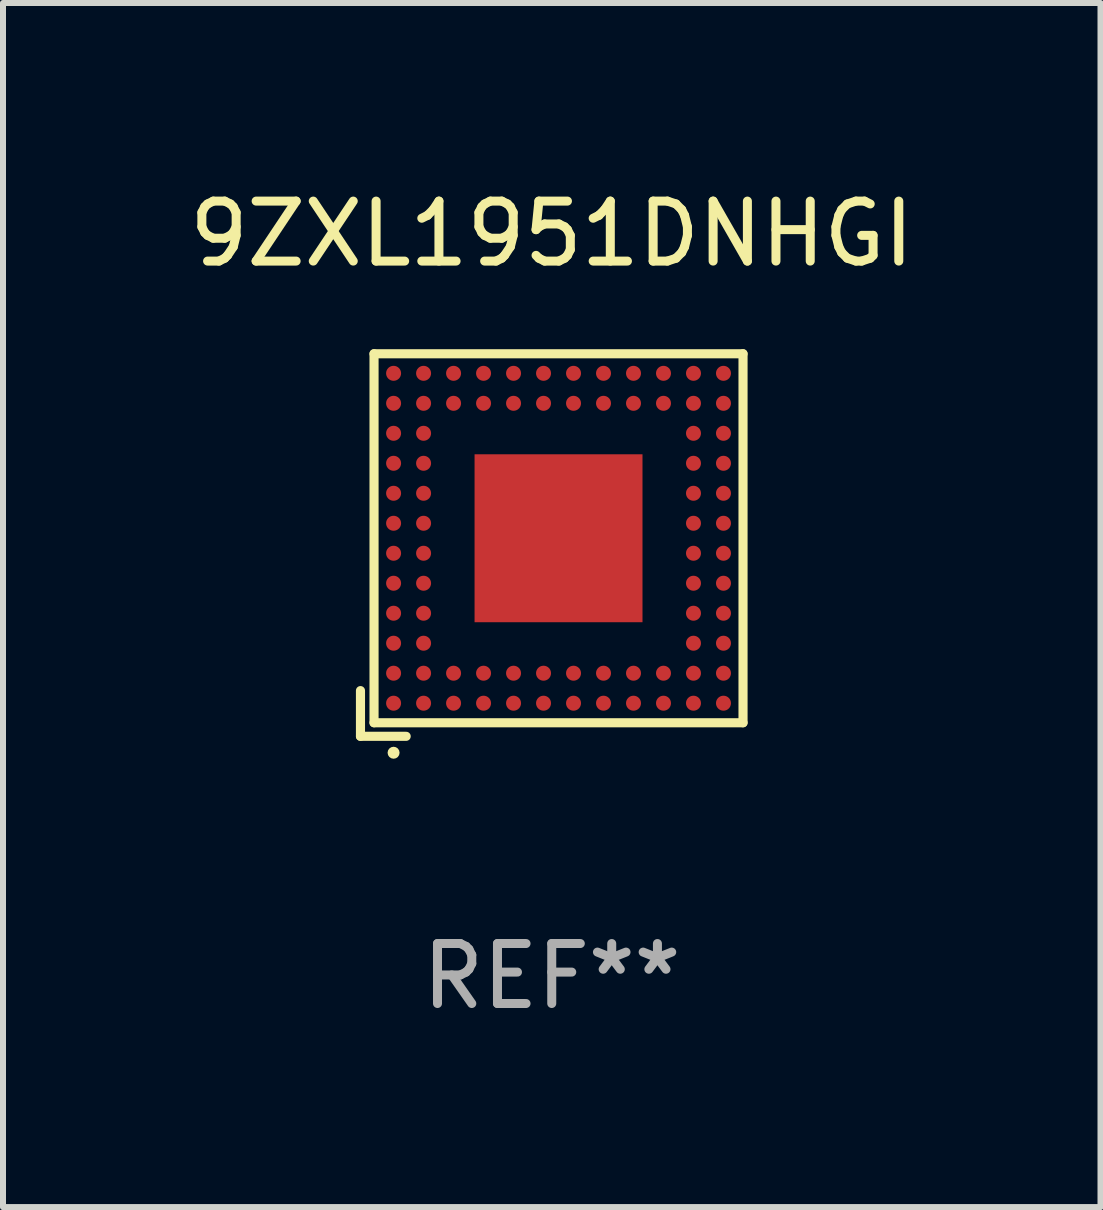
<source format=kicad_pcb>
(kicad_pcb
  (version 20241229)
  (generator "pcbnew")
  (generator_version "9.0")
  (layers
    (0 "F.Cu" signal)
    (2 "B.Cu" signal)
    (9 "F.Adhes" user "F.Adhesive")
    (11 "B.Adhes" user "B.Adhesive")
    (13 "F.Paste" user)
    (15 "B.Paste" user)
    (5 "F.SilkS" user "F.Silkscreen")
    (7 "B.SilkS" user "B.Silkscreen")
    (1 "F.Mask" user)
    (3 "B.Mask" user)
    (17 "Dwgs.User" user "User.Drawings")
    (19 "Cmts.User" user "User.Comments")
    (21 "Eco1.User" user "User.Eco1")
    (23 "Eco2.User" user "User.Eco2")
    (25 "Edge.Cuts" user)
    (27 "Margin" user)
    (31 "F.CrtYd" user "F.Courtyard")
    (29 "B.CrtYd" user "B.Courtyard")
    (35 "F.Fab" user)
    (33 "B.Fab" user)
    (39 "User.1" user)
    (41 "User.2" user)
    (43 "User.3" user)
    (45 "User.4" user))
  (footprint "9ZXL1951DNHGI"
    (layer "F.Cu")
    (at 6.149 6.037)
    (property "Reference" "9ZXL1951DNHGI" (at 0 -5.189 0) (layer "F.SilkS") (effects (font (size 1 1) (thickness 0.15))))
    (attr through_hole)
    (fp_line (start -3.189 2.427) (end -3.189 3.189) (stroke (width 0.152) (type solid)) (layer "F.SilkS"))
    (fp_line (start -3.189 3.189) (end -2.427 3.189) (stroke (width 0.152) (type solid)) (layer "F.SilkS"))
    (fp_line (start -2.963 -3.189) (end 3.189 -3.189) (stroke (width 0.152) (type solid)) (layer "F.SilkS"))
    (fp_line (start -2.963 2.963) (end -2.963 -3.189) (stroke (width 0.152) (type solid)) (layer "F.SilkS"))
    (fp_line (start 3.189 -3.189) (end 3.189 2.963) (stroke (width 0.152) (type solid)) (layer "F.SilkS"))
    (fp_line (start 3.189 2.963) (end -2.963 2.963) (stroke (width 0.152) (type solid)) (layer "F.SilkS"))
    (fp_circle (center -2.637 3.463) (end -2.587 3.463) (stroke (width 0.1) (type solid)) (fill no) (layer "F.SilkS"))
    (fp_text user "REF**" (at 0 7.189 0) (layer "F.Fab") (effects (font (size 1 1) (thickness 0.15))))
    (pad "81" smd rect (at 0.113 -0.113) (size 2.8 2.8) (layers "F.Cu" "F.Mask" "F.Paste"))
    (pad "A1" smd circle (at -2.637 2.637) (size 0.25 0.25) (layers "F.Cu" "F.Mask" "F.Paste"))
    (pad "A2" smd circle (at -2.637 2.137) (size 0.25 0.25) (layers "F.Cu" "F.Mask" "F.Paste"))
    (pad "A3" smd circle (at -2.637 1.637) (size 0.25 0.25) (layers "F.Cu" "F.Mask" "F.Paste"))
    (pad "A4" smd circle (at -2.637 1.137) (size 0.25 0.25) (layers "F.Cu" "F.Mask" "F.Paste"))
    (pad "A5" smd circle (at -2.637 0.637) (size 0.25 0.25) (layers "F.Cu" "F.Mask" "F.Paste"))
    (pad "A6" smd circle (at -2.637 0.137) (size 0.25 0.25) (layers "F.Cu" "F.Mask" "F.Paste"))
    (pad "A7" smd circle (at -2.637 -0.363) (size 0.25 0.25) (layers "F.Cu" "F.Mask" "F.Paste"))
    (pad "A8" smd circle (at -2.637 -0.863) (size 0.25 0.25) (layers "F.Cu" "F.Mask" "F.Paste"))
    (pad "A9" smd circle (at -2.637 -1.363) (size 0.25 0.25) (layers "F.Cu" "F.Mask" "F.Paste"))
    (pad "A10" smd circle (at -2.637 -1.863) (size 0.25 0.25) (layers "F.Cu" "F.Mask" "F.Paste"))
    (pad "A11" smd circle (at -2.637 -2.363) (size 0.25 0.25) (layers "F.Cu" "F.Mask" "F.Paste"))
    (pad "A12" smd circle (at -2.637 -2.863) (size 0.25 0.25) (layers "F.Cu" "F.Mask" "F.Paste"))
    (pad "B1" smd circle (at -2.137 2.637) (size 0.25 0.25) (layers "F.Cu" "F.Mask" "F.Paste"))
    (pad "B2" smd circle (at -2.137 2.137) (size 0.25 0.25) (layers "F.Cu" "F.Mask" "F.Paste"))
    (pad "B3" smd circle (at -2.137 1.637) (size 0.25 0.25) (layers "F.Cu" "F.Mask" "F.Paste"))
    (pad "B4" smd circle (at -2.137 1.137) (size 0.25 0.25) (layers "F.Cu" "F.Mask" "F.Paste"))
    (pad "B5" smd circle (at -2.137 0.637) (size 0.25 0.25) (layers "F.Cu" "F.Mask" "F.Paste"))
    (pad "B6" smd circle (at -2.137 0.137) (size 0.25 0.25) (layers "F.Cu" "F.Mask" "F.Paste"))
    (pad "B7" smd circle (at -2.137 -0.363) (size 0.25 0.25) (layers "F.Cu" "F.Mask" "F.Paste"))
    (pad "B8" smd circle (at -2.137 -0.863) (size 0.25 0.25) (layers "F.Cu" "F.Mask" "F.Paste"))
    (pad "B9" smd circle (at -2.137 -1.363) (size 0.25 0.25) (layers "F.Cu" "F.Mask" "F.Paste"))
    (pad "B10" smd circle (at -2.137 -1.863) (size 0.25 0.25) (layers "F.Cu" "F.Mask" "F.Paste"))
    (pad "B11" smd circle (at -2.137 -2.363) (size 0.25 0.25) (layers "F.Cu" "F.Mask" "F.Paste"))
    (pad "B12" smd circle (at -2.137 -2.863) (size 0.25 0.25) (layers "F.Cu" "F.Mask" "F.Paste"))
    (pad "C1" smd circle (at -1.637 2.637) (size 0.25 0.25) (layers "F.Cu" "F.Mask" "F.Paste"))
    (pad "C2" smd circle (at -1.637 2.137) (size 0.25 0.25) (layers "F.Cu" "F.Mask" "F.Paste"))
    (pad "C11" smd circle (at -1.637 -2.363) (size 0.25 0.25) (layers "F.Cu" "F.Mask" "F.Paste"))
    (pad "C12" smd circle (at -1.637 -2.863) (size 0.25 0.25) (layers "F.Cu" "F.Mask" "F.Paste"))
    (pad "D1" smd circle (at -1.137 2.637) (size 0.25 0.25) (layers "F.Cu" "F.Mask" "F.Paste"))
    (pad "D2" smd circle (at -1.137 2.137) (size 0.25 0.25) (layers "F.Cu" "F.Mask" "F.Paste"))
    (pad "D11" smd circle (at -1.137 -2.363) (size 0.25 0.25) (layers "F.Cu" "F.Mask" "F.Paste"))
    (pad "D12" smd circle (at -1.137 -2.863) (size 0.25 0.25) (layers "F.Cu" "F.Mask" "F.Paste"))
    (pad "E1" smd circle (at -0.637 2.637) (size 0.25 0.25) (layers "F.Cu" "F.Mask" "F.Paste"))
    (pad "E2" smd circle (at -0.637 2.137) (size 0.25 0.25) (layers "F.Cu" "F.Mask" "F.Paste"))
    (pad "E11" smd circle (at -0.637 -2.363) (size 0.25 0.25) (layers "F.Cu" "F.Mask" "F.Paste"))
    (pad "E12" smd circle (at -0.637 -2.863) (size 0.25 0.25) (layers "F.Cu" "F.Mask" "F.Paste"))
    (pad "F1" smd circle (at -0.137 2.637) (size 0.25 0.25) (layers "F.Cu" "F.Mask" "F.Paste"))
    (pad "F2" smd circle (at -0.137 2.137) (size 0.25 0.25) (layers "F.Cu" "F.Mask" "F.Paste"))
    (pad "F11" smd circle (at -0.137 -2.363) (size 0.25 0.25) (layers "F.Cu" "F.Mask" "F.Paste"))
    (pad "F12" smd circle (at -0.137 -2.863) (size 0.25 0.25) (layers "F.Cu" "F.Mask" "F.Paste"))
    (pad "G1" smd circle (at 0.363 2.637) (size 0.25 0.25) (layers "F.Cu" "F.Mask" "F.Paste"))
    (pad "G2" smd circle (at 0.363 2.137) (size 0.25 0.25) (layers "F.Cu" "F.Mask" "F.Paste"))
    (pad "G11" smd circle (at 0.363 -2.363) (size 0.25 0.25) (layers "F.Cu" "F.Mask" "F.Paste"))
    (pad "G12" smd circle (at 0.363 -2.863) (size 0.25 0.25) (layers "F.Cu" "F.Mask" "F.Paste"))
    (pad "H1" smd circle (at 0.863 2.637) (size 0.25 0.25) (layers "F.Cu" "F.Mask" "F.Paste"))
    (pad "H2" smd circle (at 0.863 2.137) (size 0.25 0.25) (layers "F.Cu" "F.Mask" "F.Paste"))
    (pad "H11" smd circle (at 0.863 -2.363) (size 0.25 0.25) (layers "F.Cu" "F.Mask" "F.Paste"))
    (pad "H12" smd circle (at 0.863 -2.863) (size 0.25 0.25) (layers "F.Cu" "F.Mask" "F.Paste"))
    (pad "J1" smd circle (at 1.363 2.637) (size 0.25 0.25) (layers "F.Cu" "F.Mask" "F.Paste"))
    (pad "J2" smd circle (at 1.363 2.137) (size 0.25 0.25) (layers "F.Cu" "F.Mask" "F.Paste"))
    (pad "J11" smd circle (at 1.363 -2.363) (size 0.25 0.25) (layers "F.Cu" "F.Mask" "F.Paste"))
    (pad "J12" smd circle (at 1.363 -2.863) (size 0.25 0.25) (layers "F.Cu" "F.Mask" "F.Paste"))
    (pad "K1" smd circle (at 1.863 2.637) (size 0.25 0.25) (layers "F.Cu" "F.Mask" "F.Paste"))
    (pad "K2" smd circle (at 1.863 2.137) (size 0.25 0.25) (layers "F.Cu" "F.Mask" "F.Paste"))
    (pad "K11" smd circle (at 1.863 -2.363) (size 0.25 0.25) (layers "F.Cu" "F.Mask" "F.Paste"))
    (pad "K12" smd circle (at 1.863 -2.863) (size 0.25 0.25) (layers "F.Cu" "F.Mask" "F.Paste"))
    (pad "L1" smd circle (at 2.363 2.637) (size 0.25 0.25) (layers "F.Cu" "F.Mask" "F.Paste"))
    (pad "L2" smd circle (at 2.363 2.137) (size 0.25 0.25) (layers "F.Cu" "F.Mask" "F.Paste"))
    (pad "L3" smd circle (at 2.363 1.637) (size 0.25 0.25) (layers "F.Cu" "F.Mask" "F.Paste"))
    (pad "L4" smd circle (at 2.363 1.137) (size 0.25 0.25) (layers "F.Cu" "F.Mask" "F.Paste"))
    (pad "L5" smd circle (at 2.363 0.637) (size 0.25 0.25) (layers "F.Cu" "F.Mask" "F.Paste"))
    (pad "L6" smd circle (at 2.363 0.137) (size 0.25 0.25) (layers "F.Cu" "F.Mask" "F.Paste"))
    (pad "L7" smd circle (at 2.363 -0.363) (size 0.25 0.25) (layers "F.Cu" "F.Mask" "F.Paste"))
    (pad "L8" smd circle (at 2.363 -0.863) (size 0.25 0.25) (layers "F.Cu" "F.Mask" "F.Paste"))
    (pad "L9" smd circle (at 2.363 -1.363) (size 0.25 0.25) (layers "F.Cu" "F.Mask" "F.Paste"))
    (pad "L10" smd circle (at 2.363 -1.863) (size 0.25 0.25) (layers "F.Cu" "F.Mask" "F.Paste"))
    (pad "L11" smd circle (at 2.363 -2.363) (size 0.25 0.25) (layers "F.Cu" "F.Mask" "F.Paste"))
    (pad "L12" smd circle (at 2.363 -2.863) (size 0.25 0.25) (layers "F.Cu" "F.Mask" "F.Paste"))
    (pad "M1" smd circle (at 2.863 2.637) (size 0.25 0.25) (layers "F.Cu" "F.Mask" "F.Paste"))
    (pad "M2" smd circle (at 2.863 2.137) (size 0.25 0.25) (layers "F.Cu" "F.Mask" "F.Paste"))
    (pad "M3" smd circle (at 2.863 1.637) (size 0.25 0.25) (layers "F.Cu" "F.Mask" "F.Paste"))
    (pad "M4" smd circle (at 2.863 1.137) (size 0.25 0.25) (layers "F.Cu" "F.Mask" "F.Paste"))
    (pad "M5" smd circle (at 2.863 0.637) (size 0.25 0.25) (layers "F.Cu" "F.Mask" "F.Paste"))
    (pad "M6" smd circle (at 2.863 0.137) (size 0.25 0.25) (layers "F.Cu" "F.Mask" "F.Paste"))
    (pad "M7" smd circle (at 2.863 -0.363) (size 0.25 0.25) (layers "F.Cu" "F.Mask" "F.Paste"))
    (pad "M8" smd circle (at 2.863 -0.863) (size 0.25 0.25) (layers "F.Cu" "F.Mask" "F.Paste"))
    (pad "M9" smd circle (at 2.863 -1.363) (size 0.25 0.25) (layers "F.Cu" "F.Mask" "F.Paste"))
    (pad "M10" smd circle (at 2.863 -1.863) (size 0.25 0.25) (layers "F.Cu" "F.Mask" "F.Paste"))
    (pad "M11" smd circle (at 2.863 -2.363) (size 0.25 0.25) (layers "F.Cu" "F.Mask" "F.Paste"))
    (pad "M12" smd circle (at 2.863 -2.863) (size 0.25 0.25) (layers "F.Cu" "F.Mask" "F.Paste")))
  (gr_rect
    (start -3 -3)
    (end 15.298 17.075)
    (stroke (width 0.1) (type default))
    (fill no)
    (layer "Edge.Cuts")))
</source>
